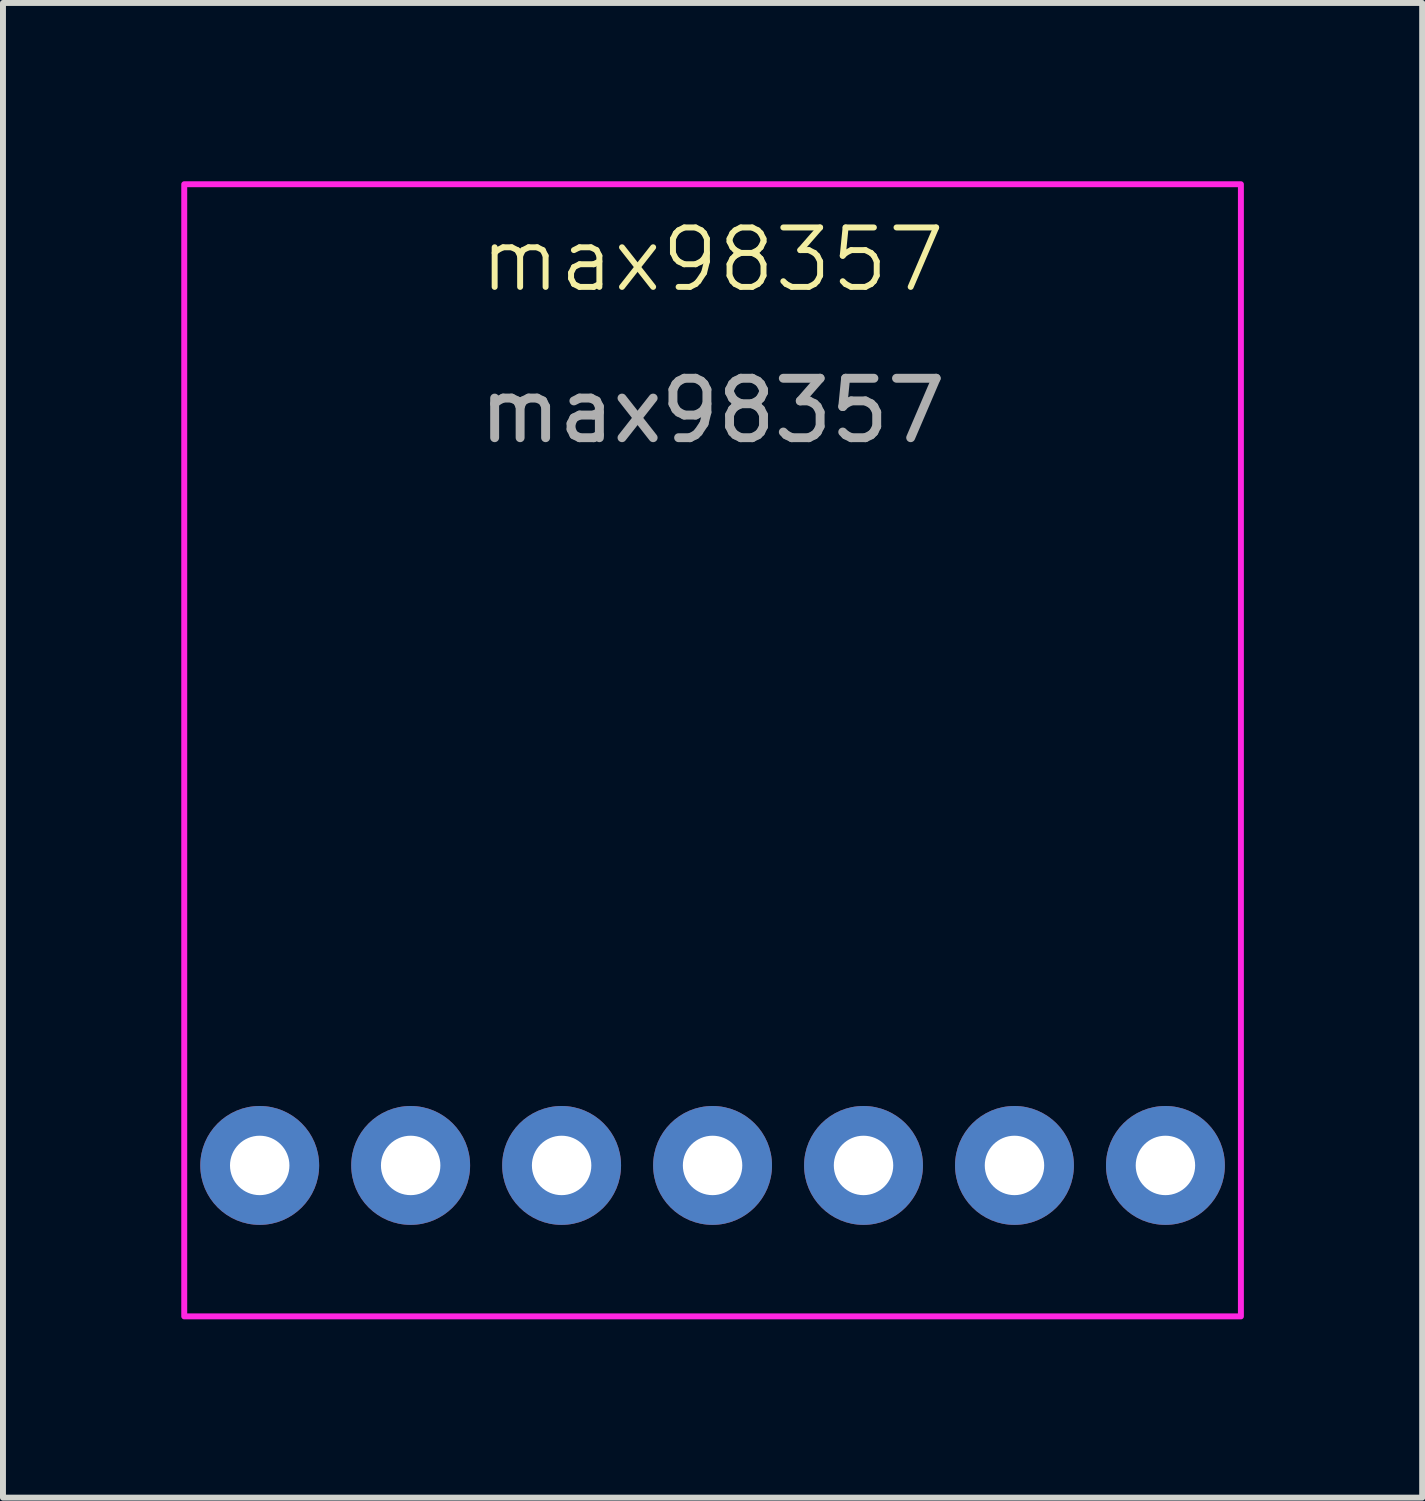
<source format=kicad_pcb>
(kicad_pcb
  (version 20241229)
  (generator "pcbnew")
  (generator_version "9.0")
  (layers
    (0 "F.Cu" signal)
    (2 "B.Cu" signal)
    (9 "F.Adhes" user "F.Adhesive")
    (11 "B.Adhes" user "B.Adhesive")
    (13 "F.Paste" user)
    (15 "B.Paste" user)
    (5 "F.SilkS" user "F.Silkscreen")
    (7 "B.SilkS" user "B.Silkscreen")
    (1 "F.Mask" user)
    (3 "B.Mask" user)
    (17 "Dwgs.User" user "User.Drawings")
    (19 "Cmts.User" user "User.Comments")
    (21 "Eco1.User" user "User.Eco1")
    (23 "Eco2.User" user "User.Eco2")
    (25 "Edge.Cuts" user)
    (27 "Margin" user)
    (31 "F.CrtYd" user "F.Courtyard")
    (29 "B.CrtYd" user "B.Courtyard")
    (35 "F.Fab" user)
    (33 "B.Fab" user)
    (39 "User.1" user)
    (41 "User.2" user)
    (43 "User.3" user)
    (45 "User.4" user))
  (footprint "max98357"
    (layer "F.Cu")
    (at 8.94 8.94)
    (property "Reference" "max98357" (at 0 -7.62 0) (unlocked yes) (layer "F.SilkS") (effects (font (size 1 1) (thickness 0.1))))
    (attr through_hole)
    (fp_rect (start -8.89 -8.89) (end 8.89 10.16) (stroke (width 0.1) (type solid)) (fill no) (layer "F.CrtYd"))
    (fp_text user "${REFERENCE}" (at 0 -5.08 0) (unlocked yes) (layer "F.Fab") (effects (font (size 1 1) (thickness 0.15))))
    (pad "1" thru_hole circle (at -7.62 7.62) (size 2 2) (drill 1) (layers "*.Cu" "*.Mask"))
    (pad "2" thru_hole circle (at -5.08 7.62) (size 2 2) (drill 1) (layers "*.Cu" "*.Mask"))
    (pad "3" thru_hole circle (at -2.54 7.62) (size 2 2) (drill 1) (layers "*.Cu" "*.Mask"))
    (pad "4" thru_hole circle (at 0 7.62) (size 2 2) (drill 1) (layers "*.Cu" "*.Mask"))
    (pad "5" thru_hole circle (at 2.54 7.62) (size 2 2) (drill 1) (layers "*.Cu" "*.Mask"))
    (pad "6" thru_hole circle (at 5.08 7.62) (size 2 2) (drill 1) (layers "*.Cu" "*.Mask"))
    (pad "7" thru_hole circle (at 7.62 7.62) (size 2 2) (drill 1) (layers "*.Cu" "*.Mask")))
  (gr_rect
    (start -3 -3)
    (end 20.88 22.15)
    (stroke (width 0.1) (type default))
    (fill no)
    (layer "Edge.Cuts")))
</source>
